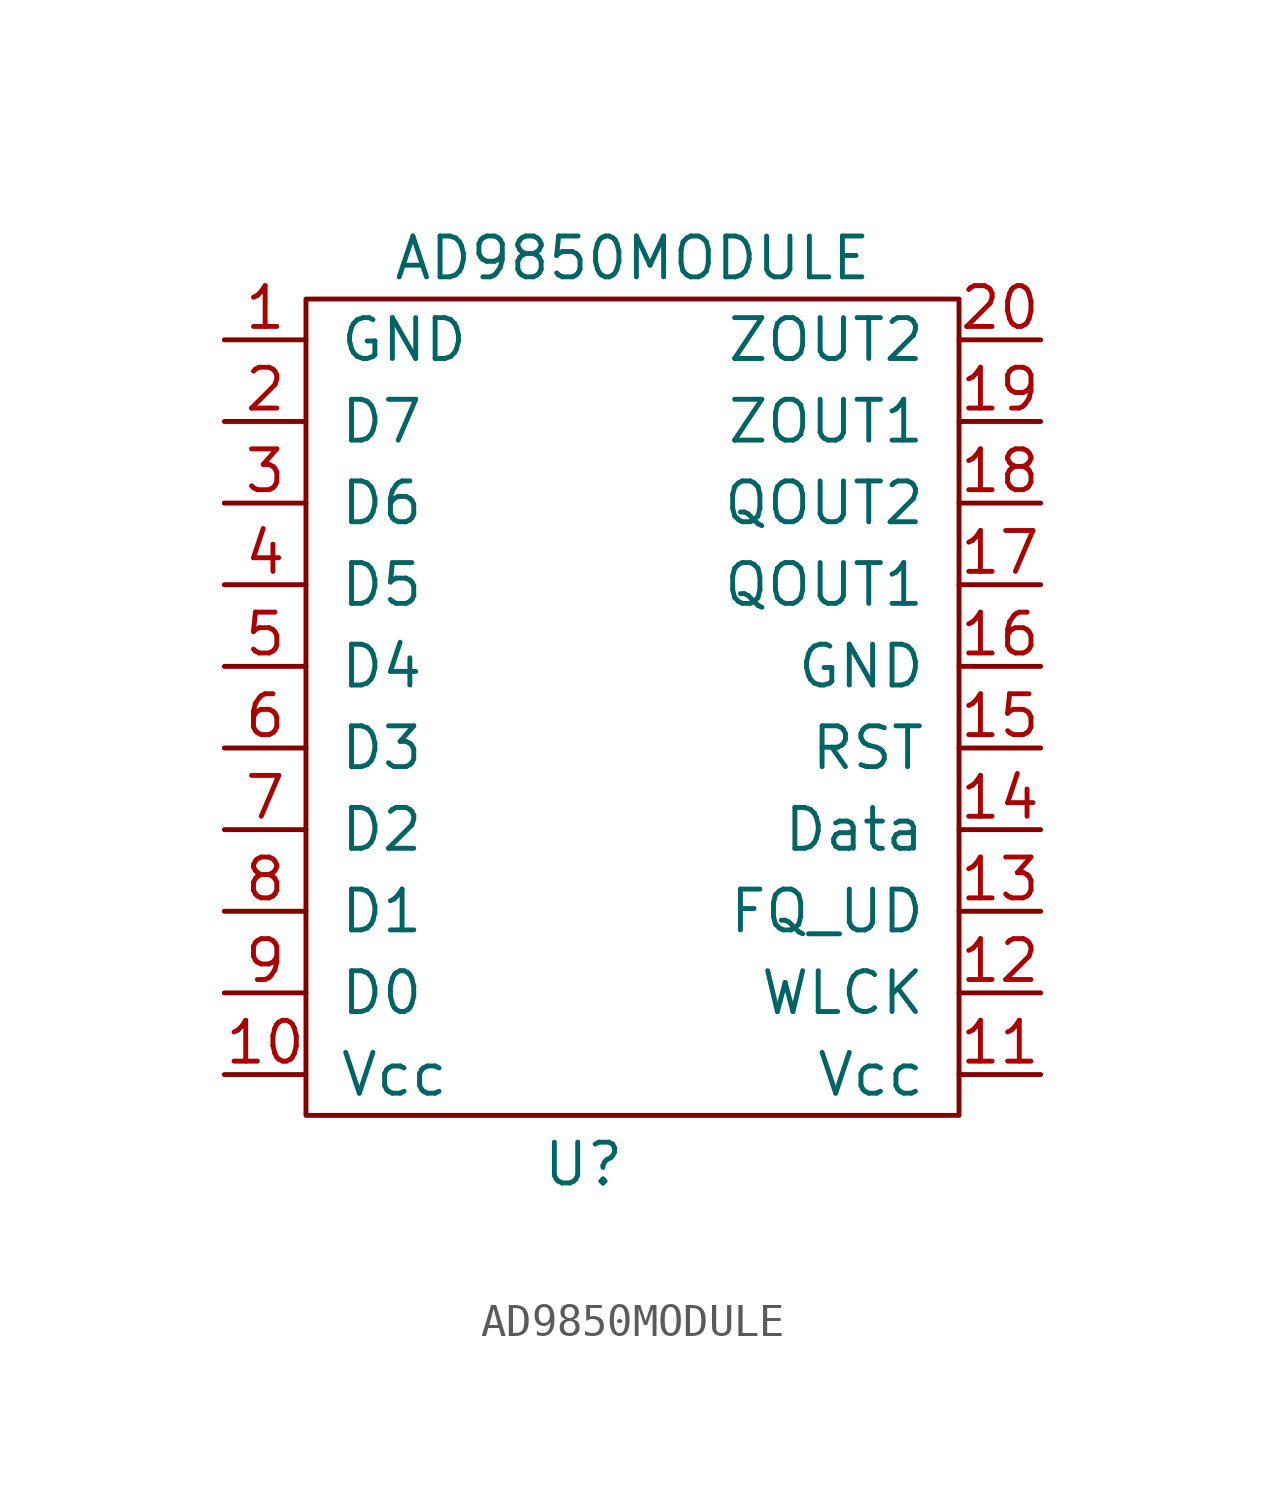
<source format=kicad_sym>
(kicad_symbol_lib
  (version 20220914)
  (generator kicad_symbol_editor)
  (symbol "AD9850MODULE"
    (pin_names
      (offset 1.016))
    (property "Reference" "U"
      (at -1.524 -14.224 0)
      (effects (font (size 1.27 1.27))))
    (property "Value" "AD9850MODULE"
      (at 0 13.97 0)
      (effects (font (size 1.27 1.27))))
    (symbol "AD9850MODULE_0_1"
      (rectangle (start -10.16 12.7) (end 10.16 -12.7) (stroke (width 0) (type solid)) (fill (type none))))
    (symbol "AD9850MODULE_1_1"
      (pin input line (at -12.7 11.43 0) (length 2.54) (name "GND" (effects (font (size 1.27 1.27)))) (number "1" (effects (font (size 1.27 1.27)))))
      (pin input line (at -12.7 -11.43 0) (length 2.54) (name "Vcc" (effects (font (size 1.27 1.27)))) (number "10" (effects (font (size 1.27 1.27)))))
      (pin input line (at 12.7 -11.43 180) (length 2.54) (name "Vcc" (effects (font (size 1.27 1.27)))) (number "11" (effects (font (size 1.27 1.27)))))
      (pin input line (at 12.7 -8.89 180) (length 2.54) (name "WLCK" (effects (font (size 1.27 1.27)))) (number "12" (effects (font (size 1.27 1.27)))))
      (pin input line (at 12.7 -6.35 180) (length 2.54) (name "FQ_UD" (effects (font (size 1.27 1.27)))) (number "13" (effects (font (size 1.27 1.27)))))
      (pin input line (at 12.7 -3.81 180) (length 2.54) (name "Data" (effects (font (size 1.27 1.27)))) (number "14" (effects (font (size 1.27 1.27)))))
      (pin input line (at 12.7 -1.27 180) (length 2.54) (name "RST" (effects (font (size 1.27 1.27)))) (number "15" (effects (font (size 1.27 1.27)))))
      (pin input line (at 12.7 1.27 180) (length 2.54) (name "GND" (effects (font (size 1.27 1.27)))) (number "16" (effects (font (size 1.27 1.27)))))
      (pin input line (at 12.7 3.81 180) (length 2.54) (name "QOUT1" (effects (font (size 1.27 1.27)))) (number "17" (effects (font (size 1.27 1.27)))))
      (pin input line (at 12.7 6.35 180) (length 2.54) (name "QOUT2" (effects (font (size 1.27 1.27)))) (number "18" (effects (font (size 1.27 1.27)))))
      (pin input line (at 12.7 8.89 180) (length 2.54) (name "ZOUT1" (effects (font (size 1.27 1.27)))) (number "19" (effects (font (size 1.27 1.27)))))
      (pin input line (at -12.7 8.89 0) (length 2.54) (name "D7" (effects (font (size 1.27 1.27)))) (number "2" (effects (font (size 1.27 1.27)))))
      (pin input line (at 12.7 11.43 180) (length 2.54) (name "ZOUT2" (effects (font (size 1.27 1.27)))) (number "20" (effects (font (size 1.27 1.27)))))
      (pin input line (at -12.7 6.35 0) (length 2.54) (name "D6" (effects (font (size 1.27 1.27)))) (number "3" (effects (font (size 1.27 1.27)))))
      (pin input line (at -12.7 3.81 0) (length 2.54) (name "D5" (effects (font (size 1.27 1.27)))) (number "4" (effects (font (size 1.27 1.27)))))
      (pin input line (at -12.7 1.27 0) (length 2.54) (name "D4" (effects (font (size 1.27 1.27)))) (number "5" (effects (font (size 1.27 1.27)))))
      (pin input line (at -12.7 -1.27 0) (length 2.54) (name "D3" (effects (font (size 1.27 1.27)))) (number "6" (effects (font (size 1.27 1.27)))))
      (pin input line (at -12.7 -3.81 0) (length 2.54) (name "D2" (effects (font (size 1.27 1.27)))) (number "7" (effects (font (size 1.27 1.27)))))
      (pin input line (at -12.7 -6.35 0) (length 2.54) (name "D1" (effects (font (size 1.27 1.27)))) (number "8" (effects (font (size 1.27 1.27)))))
      (pin input line (at -12.7 -8.89 0) (length 2.54) (name "D0" (effects (font (size 1.27 1.27)))) (number "9" (effects (font (size 1.27 1.27))))))))
</source>
